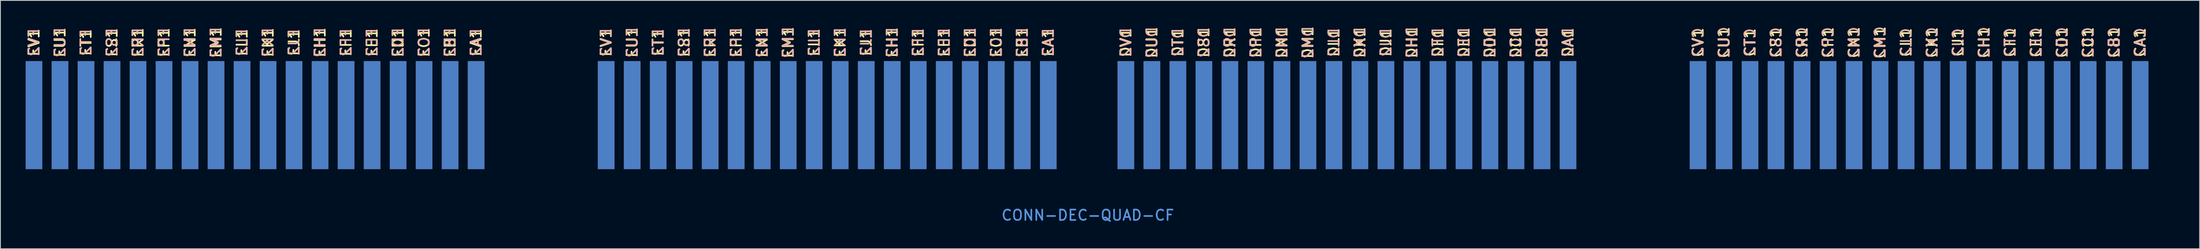
<source format=kicad_pcb>
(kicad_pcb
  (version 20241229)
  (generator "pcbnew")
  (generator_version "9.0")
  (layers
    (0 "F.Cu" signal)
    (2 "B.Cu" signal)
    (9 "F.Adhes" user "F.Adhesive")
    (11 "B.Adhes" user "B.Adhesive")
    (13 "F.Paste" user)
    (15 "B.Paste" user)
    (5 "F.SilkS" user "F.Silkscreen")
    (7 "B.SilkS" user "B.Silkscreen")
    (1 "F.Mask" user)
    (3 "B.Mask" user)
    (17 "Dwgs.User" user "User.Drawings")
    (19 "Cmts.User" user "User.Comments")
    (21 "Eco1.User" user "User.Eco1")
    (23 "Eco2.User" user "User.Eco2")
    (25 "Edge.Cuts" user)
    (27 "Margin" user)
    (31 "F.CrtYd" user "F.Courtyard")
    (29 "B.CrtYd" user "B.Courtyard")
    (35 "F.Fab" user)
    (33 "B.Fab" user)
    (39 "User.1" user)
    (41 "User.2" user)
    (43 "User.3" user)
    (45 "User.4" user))
  (footprint "CONN-DEC-QUAD-CF"
    (layer "F.Cu")
    (at 262.237 18.653)
    (property "Reference" "CONN-DEC-QUAD-CF" (at -132.486 4.623 0) (layer "Cmts.User") (effects (font (size 1.27 1.27) (thickness 0.203))))
    (attr through_hole)
    (fp_text user "FA1" (at -207.162 -16.51 90) (layer "F.SilkS") (effects (font (size 1.27 1.27) (thickness 0.203))))
    (fp_text user "CM1" (at -35.763 -16.51 90) (layer "F.SilkS") (effects (font (size 1.27 1.27) (thickness 0.203))))
    (fp_text user "CD1" (at -13.538 -16.51 90) (layer "F.SilkS") (effects (font (size 1.27 1.27) (thickness 0.203))))
    (fp_text user "CF1" (at -19.888 -16.51 90) (layer "F.SilkS") (effects (font (size 1.27 1.27) (thickness 0.203))))
    (fp_text user "FP1" (at -245.262 -16.51 90) (layer "F.SilkS") (effects (font (size 1.27 1.27) (thickness 0.203))))
    (fp_text user "CR1" (at -45.288 -16.51 90) (layer "F.SilkS") (effects (font (size 1.27 1.27) (thickness 0.203))))
    (fp_text user "DV1" (at -127.838 -16.51 90) (layer "F.SilkS") (effects (font (size 1.27 1.27) (thickness 0.203))))
    (fp_text user "FS1" (at -251.612 -16.51 90) (layer "F.SilkS") (effects (font (size 1.27 1.27) (thickness 0.203))))
    (fp_text user "DL1" (at -102.438 -16.51 90) (layer "F.SilkS") (effects (font (size 1.27 1.27) (thickness 0.203))))
    (fp_text user "EF1" (at -153.187 -16.51 90) (layer "F.SilkS") (effects (font (size 1.27 1.27) (thickness 0.203))))
    (fp_text user "ES1" (at -181.762 -16.51 90) (layer "F.SilkS") (effects (font (size 1.27 1.27) (thickness 0.203))))
    (fp_text user "FT1" (at -254.787 -16.51 90) (layer "F.SilkS") (effects (font (size 1.27 1.27) (thickness 0.203))))
    (fp_text user "DA1" (at -73.863 -16.51 90) (layer "F.SilkS") (effects (font (size 1.27 1.27) (thickness 0.203))))
    (fp_text user "CL1" (at -32.588 -16.51 90) (layer "F.SilkS") (effects (font (size 1.27 1.27) (thickness 0.203))))
    (fp_text user "EP1" (at -175.412 -16.51 90) (layer "F.SilkS") (effects (font (size 1.27 1.27) (thickness 0.203))))
    (fp_text user "CT1" (at -51.638 -16.51 90) (layer "F.SilkS") (effects (font (size 1.27 1.27) (thickness 0.203))))
    (fp_text user "DM1" (at -105.613 -16.51 90) (layer "F.SilkS") (effects (font (size 1.27 1.27) (thickness 0.203))))
    (fp_text user "FK1" (at -232.562 -16.51 90) (layer "F.SilkS") (effects (font (size 1.27 1.27) (thickness 0.203))))
    (fp_text user "EK1" (at -162.712 -16.51 90) (layer "F.SilkS") (effects (font (size 1.27 1.27) (thickness 0.203))))
    (fp_text user "DK1" (at -99.263 -16.51 90) (layer "F.SilkS") (effects (font (size 1.27 1.27) (thickness 0.203))))
    (fp_text user "FC1" (at -213.512 -16.51 90) (layer "F.SilkS") (effects (font (size 1.27 1.27) (thickness 0.203))))
    (fp_text user "CU1" (at -54.813 -16.51 90) (layer "F.SilkS") (effects (font (size 1.27 1.27) (thickness 0.203))))
    (fp_text user "DT1" (at -121.488 -16.51 90) (layer "F.SilkS") (effects (font (size 1.27 1.27) (thickness 0.203))))
    (fp_text user "EJ1" (at -159.537 -16.51 90) (layer "F.SilkS") (effects (font (size 1.27 1.27) (thickness 0.203))))
    (fp_text user "FV1" (at -261.137 -16.51 90) (layer "F.SilkS") (effects (font (size 1.27 1.27) (thickness 0.203))))
    (fp_text user "EU1" (at -188.112 -16.51 90) (layer "F.SilkS") (effects (font (size 1.27 1.27) (thickness 0.203))))
    (fp_text user "DR1" (at -115.138 -16.51 90) (layer "F.SilkS") (effects (font (size 1.27 1.27) (thickness 0.203))))
    (fp_text user "EE1" (at -150.012 -16.51 90) (layer "F.SilkS") (effects (font (size 1.27 1.27) (thickness 0.203))))
    (fp_text user "EM1" (at -169.062 -16.51 90) (layer "F.SilkS") (effects (font (size 1.27 1.27) (thickness 0.203))))
    (fp_text user "CN1" (at -38.938 -16.51 90) (layer "F.SilkS") (effects (font (size 1.27 1.27) (thickness 0.203))))
    (fp_text user "EL1" (at -165.887 -16.51 90) (layer "F.SilkS") (effects (font (size 1.27 1.27) (thickness 0.203))))
    (fp_text user "DH1" (at -92.913 -16.51 90) (layer "F.SilkS") (effects (font (size 1.27 1.27) (thickness 0.203))))
    (fp_text user "CV1" (at -57.988 -16.51 90) (layer "F.SilkS") (effects (font (size 1.27 1.27) (thickness 0.203))))
    (fp_text user "EA1" (at -137.312 -16.51 90) (layer "F.SilkS") (effects (font (size 1.27 1.27) (thickness 0.203))))
    (fp_text user "DB1" (at -77.038 -16.51 90) (layer "F.SilkS") (effects (font (size 1.27 1.27) (thickness 0.203))))
    (fp_text user "DN1" (at -108.788 -16.51 90) (layer "F.SilkS") (effects (font (size 1.27 1.27) (thickness 0.203))))
    (fp_text user "EN1" (at -172.237 -16.51 90) (layer "F.SilkS") (effects (font (size 1.27 1.27) (thickness 0.203))))
    (fp_text user "CS1" (at -48.463 -16.51 90) (layer "F.SilkS") (effects (font (size 1.27 1.27) (thickness 0.203))))
    (fp_text user "FF1" (at -223.037 -16.51 90) (layer "F.SilkS") (effects (font (size 1.27 1.27) (thickness 0.203))))
    (fp_text user "DJ1" (at -96.088 -16.51 90) (layer "F.SilkS") (effects (font (size 1.27 1.27) (thickness 0.203))))
    (fp_text user "FR1" (at -248.437 -16.51 90) (layer "F.SilkS") (effects (font (size 1.27 1.27) (thickness 0.203))))
    (fp_text user "FL1" (at -235.737 -16.51 90) (layer "F.SilkS") (effects (font (size 1.27 1.27) (thickness 0.203))))
    (fp_text user "DP1" (at -111.963 -16.51 90) (layer "F.SilkS") (effects (font (size 1.27 1.27) (thickness 0.203))))
    (fp_text user "CH1" (at -23.063 -16.51 90) (layer "F.SilkS") (effects (font (size 1.27 1.27) (thickness 0.203))))
    (fp_text user "CB1" (at -7.188 -16.51 90) (layer "F.SilkS") (effects (font (size 1.27 1.27) (thickness 0.203))))
    (fp_text user "EC1" (at -143.662 -16.51 90) (layer "F.SilkS") (effects (font (size 1.27 1.27) (thickness 0.203))))
    (fp_text user "ED1" (at -146.837 -16.51 90) (layer "F.SilkS") (effects (font (size 1.27 1.27) (thickness 0.203))))
    (fp_text user "FN1" (at -242.087 -16.51 90) (layer "F.SilkS") (effects (font (size 1.27 1.27) (thickness 0.203))))
    (fp_text user "CP1" (at -42.113 -16.51 90) (layer "F.SilkS") (effects (font (size 1.27 1.27) (thickness 0.203))))
    (fp_text user "CC1" (at -10.363 -16.51 90) (layer "F.SilkS") (effects (font (size 1.27 1.27) (thickness 0.203))))
    (fp_text user "FU1" (at -257.962 -16.51 90) (layer "F.SilkS") (effects (font (size 1.27 1.27) (thickness 0.203))))
    (fp_text user "FE1" (at -219.862 -16.51 90) (layer "F.SilkS") (effects (font (size 1.27 1.27) (thickness 0.203))))
    (fp_text user "FB1" (at -210.337 -16.51 90) (layer "F.SilkS") (effects (font (size 1.27 1.27) (thickness 0.203))))
    (fp_text user "ET1" (at -184.937 -16.51 90) (layer "F.SilkS") (effects (font (size 1.27 1.27) (thickness 0.203))))
    (fp_text user "EV1" (at -191.287 -16.51 90) (layer "F.SilkS") (effects (font (size 1.27 1.27) (thickness 0.203))))
    (fp_text user "CA1" (at -4.013 -16.51 90) (layer "F.SilkS") (effects (font (size 1.27 1.27) (thickness 0.203))))
    (fp_text user "CJ1" (at -26.238 -16.51 90) (layer "F.SilkS") (effects (font (size 1.27 1.27) (thickness 0.203))))
    (fp_text user "FJ1" (at -229.387 -16.51 90) (layer "F.SilkS") (effects (font (size 1.27 1.27) (thickness 0.203))))
    (fp_text user "DF1" (at -89.738 -16.51 90) (layer "F.SilkS") (effects (font (size 1.27 1.27) (thickness 0.203))))
    (fp_text user "ER1" (at -178.587 -16.51 90) (layer "F.SilkS") (effects (font (size 1.27 1.27) (thickness 0.203))))
    (fp_text user "DC1" (at -80.213 -16.51 90) (layer "F.SilkS") (effects (font (size 1.27 1.27) (thickness 0.203))))
    (fp_text user "EB1" (at -140.487 -16.51 90) (layer "F.SilkS") (effects (font (size 1.27 1.27) (thickness 0.203))))
    (fp_text user "DU1" (at -124.663 -16.51 90) (layer "F.SilkS") (effects (font (size 1.27 1.27) (thickness 0.203))))
    (fp_text user "FD1" (at -216.687 -16.51 90) (layer "F.SilkS") (effects (font (size 1.27 1.27) (thickness 0.203))))
    (fp_text user "DS1" (at -118.313 -16.51 90) (layer "F.SilkS") (effects (font (size 1.27 1.27) (thickness 0.203))))
    (fp_text user "DD1" (at -83.388 -16.51 90) (layer "F.SilkS") (effects (font (size 1.27 1.27) (thickness 0.203))))
    (fp_text user "FH1" (at -226.212 -16.51 90) (layer "F.SilkS") (effects (font (size 1.27 1.27) (thickness 0.203))))
    (fp_text user "CE1" (at -16.713 -16.51 90) (layer "F.SilkS") (effects (font (size 1.27 1.27) (thickness 0.203))))
    (fp_text user "DE1" (at -86.563 -16.51 90) (layer "F.SilkS") (effects (font (size 1.27 1.27) (thickness 0.203))))
    (fp_text user "CK1" (at -29.413 -16.51 90) (layer "F.SilkS") (effects (font (size 1.27 1.27) (thickness 0.203))))
    (fp_text user "FM1" (at -238.912 -16.51 90) (layer "F.SilkS") (effects (font (size 1.27 1.27) (thickness 0.203))))
    (fp_text user "EH1" (at -156.362 -16.51 90) (layer "F.SilkS") (effects (font (size 1.27 1.27) (thickness 0.203))))
    (fp_text user "EA2" (at -137.312 -16.51 90) (layer "B.SilkS") (effects (font (size 1.27 1.27) (thickness 0.203)) (justify mirror)))
    (fp_text user "DK2" (at -99.263 -16.51 90) (layer "B.SilkS") (effects (font (size 1.27 1.27) (thickness 0.203)) (justify mirror)))
    (fp_text user "FS2" (at -251.612 -16.51 90) (layer "B.SilkS") (effects (font (size 1.27 1.27) (thickness 0.203)) (justify mirror)))
    (fp_text user "EE2" (at -150.012 -16.51 90) (layer "B.SilkS") (effects (font (size 1.27 1.27) (thickness 0.203)) (justify mirror)))
    (fp_text user "CN2" (at -38.938 -16.51 90) (layer "B.SilkS") (effects (font (size 1.27 1.27) (thickness 0.203)) (justify mirror)))
    (fp_text user "EV2" (at -191.287 -16.51 90) (layer "B.SilkS") (effects (font (size 1.27 1.27) (thickness 0.203)) (justify mirror)))
    (fp_text user "EJ2" (at -159.537 -16.51 90) (layer "B.SilkS") (effects (font (size 1.27 1.27) (thickness 0.203)) (justify mirror)))
    (fp_text user "ED2" (at -146.837 -16.51 90) (layer "B.SilkS") (effects (font (size 1.27 1.27) (thickness 0.203)) (justify mirror)))
    (fp_text user "EU2" (at -188.112 -16.51 90) (layer "B.SilkS") (effects (font (size 1.27 1.27) (thickness 0.203)) (justify mirror)))
    (fp_text user "FT2" (at -254.787 -16.51 90) (layer "B.SilkS") (effects (font (size 1.27 1.27) (thickness 0.203)) (justify mirror)))
    (fp_text user "FN2" (at -242.087 -16.51 90) (layer "B.SilkS") (effects (font (size 1.27 1.27) (thickness 0.203)) (justify mirror)))
    (fp_text user "CM2" (at -35.763 -16.51 90) (layer "B.SilkS") (effects (font (size 1.27 1.27) (thickness 0.203)) (justify mirror)))
    (fp_text user "DE2" (at -86.563 -16.51 90) (layer "B.SilkS") (effects (font (size 1.27 1.27) (thickness 0.203)) (justify mirror)))
    (fp_text user "FP2" (at -245.262 -16.51 90) (layer "B.SilkS") (effects (font (size 1.27 1.27) (thickness 0.203)) (justify mirror)))
    (fp_text user "DN2" (at -108.788 -16.51 90) (layer "B.SilkS") (effects (font (size 1.27 1.27) (thickness 0.203)) (justify mirror)))
    (fp_text user "FR2" (at -248.437 -16.51 90) (layer "B.SilkS") (effects (font (size 1.27 1.27) (thickness 0.203)) (justify mirror)))
    (fp_text user "CB2" (at -7.188 -16.51 90) (layer "B.SilkS") (effects (font (size 1.27 1.27) (thickness 0.203)) (justify mirror)))
    (fp_text user "FJ2" (at -229.387 -16.51 90) (layer "B.SilkS") (effects (font (size 1.27 1.27) (thickness 0.203)) (justify mirror)))
    (fp_text user "CE2" (at -16.713 -16.51 90) (layer "B.SilkS") (effects (font (size 1.27 1.27) (thickness 0.203)) (justify mirror)))
    (fp_text user "EM2" (at -169.062 -16.51 90) (layer "B.SilkS") (effects (font (size 1.27 1.27) (thickness 0.203)) (justify mirror)))
    (fp_text user "EP2" (at -175.412 -16.51 90) (layer "B.SilkS") (effects (font (size 1.27 1.27) (thickness 0.203)) (justify mirror)))
    (fp_text user "EH2" (at -156.362 -16.51 90) (layer "B.SilkS") (effects (font (size 1.27 1.27) (thickness 0.203)) (justify mirror)))
    (fp_text user "FL2" (at -235.737 -16.51 90) (layer "B.SilkS") (effects (font (size 1.27 1.27) (thickness 0.203)) (justify mirror)))
    (fp_text user "EL2" (at -165.887 -16.51 90) (layer "B.SilkS") (effects (font (size 1.27 1.27) (thickness 0.203)) (justify mirror)))
    (fp_text user "DT2" (at -121.488 -16.51 90) (layer "B.SilkS") (effects (font (size 1.27 1.27) (thickness 0.203)) (justify mirror)))
    (fp_text user "FH2" (at -226.212 -16.51 90) (layer "B.SilkS") (effects (font (size 1.27 1.27) (thickness 0.203)) (justify mirror)))
    (fp_text user "DS2" (at -118.313 -16.51 90) (layer "B.SilkS") (effects (font (size 1.27 1.27) (thickness 0.203)) (justify mirror)))
    (fp_text user "DP2" (at -111.963 -16.51 90) (layer "B.SilkS") (effects (font (size 1.27 1.27) (thickness 0.203)) (justify mirror)))
    (fp_text user "CP2" (at -42.113 -16.51 90) (layer "B.SilkS") (effects (font (size 1.27 1.27) (thickness 0.203)) (justify mirror)))
    (fp_text user "EK2" (at -162.712 -16.51 90) (layer "B.SilkS") (effects (font (size 1.27 1.27) (thickness 0.203)) (justify mirror)))
    (fp_text user "CF2" (at -19.888 -16.51 90) (layer "B.SilkS") (effects (font (size 1.27 1.27) (thickness 0.203)) (justify mirror)))
    (fp_text user "CV2" (at -57.988 -16.51 90) (layer "B.SilkS") (effects (font (size 1.27 1.27) (thickness 0.203)) (justify mirror)))
    (fp_text user "FE2" (at -219.862 -16.51 90) (layer "B.SilkS") (effects (font (size 1.27 1.27) (thickness 0.203)) (justify mirror)))
    (fp_text user "DV2" (at -127.838 -16.51 90) (layer "B.SilkS") (effects (font (size 1.27 1.27) (thickness 0.203)) (justify mirror)))
    (fp_text user "EB2" (at -140.487 -16.51 90) (layer "B.SilkS") (effects (font (size 1.27 1.27) (thickness 0.203)) (justify mirror)))
    (fp_text user "FM2" (at -238.912 -16.51 90) (layer "B.SilkS") (effects (font (size 1.27 1.27) (thickness 0.203)) (justify mirror)))
    (fp_text user "FB2" (at -210.337 -16.51 90) (layer "B.SilkS") (effects (font (size 1.27 1.27) (thickness 0.203)) (justify mirror)))
    (fp_text user "DL2" (at -102.438 -16.51 90) (layer "B.SilkS") (effects (font (size 1.27 1.27) (thickness 0.203)) (justify mirror)))
    (fp_text user "CL2" (at -32.588 -16.51 90) (layer "B.SilkS") (effects (font (size 1.27 1.27) (thickness 0.203)) (justify mirror)))
    (fp_text user "ET2" (at -184.937 -16.51 90) (layer "B.SilkS") (effects (font (size 1.27 1.27) (thickness 0.203)) (justify mirror)))
    (fp_text user "DJ2" (at -96.088 -16.51 90) (layer "B.SilkS") (effects (font (size 1.27 1.27) (thickness 0.203)) (justify mirror)))
    (fp_text user "CU2" (at -54.813 -16.51 90) (layer "B.SilkS") (effects (font (size 1.27 1.27) (thickness 0.203)) (justify mirror)))
    (fp_text user "DR2" (at -115.138 -16.51 90) (layer "B.SilkS") (effects (font (size 1.27 1.27) (thickness 0.203)) (justify mirror)))
    (fp_text user "CR2" (at -45.288 -16.51 90) (layer "B.SilkS") (effects (font (size 1.27 1.27) (thickness 0.203)) (justify mirror)))
    (fp_text user "CJ2" (at -26.238 -16.51 90) (layer "B.SilkS") (effects (font (size 1.27 1.27) (thickness 0.203)) (justify mirror)))
    (fp_text user "CC2" (at -10.363 -16.51 90) (layer "B.SilkS") (effects (font (size 1.27 1.27) (thickness 0.203)) (justify mirror)))
    (fp_text user "CH2" (at -23.063 -16.51 90) (layer "B.SilkS") (effects (font (size 1.27 1.27) (thickness 0.203)) (justify mirror)))
    (fp_text user "EF2" (at -153.187 -16.51 90) (layer "B.SilkS") (effects (font (size 1.27 1.27) (thickness 0.203)) (justify mirror)))
    (fp_text user "CT2" (at -51.638 -16.51 90) (layer "B.SilkS") (effects (font (size 1.27 1.27) (thickness 0.203)) (justify mirror)))
    (fp_text user "DF2" (at -89.738 -16.51 90) (layer "B.SilkS") (effects (font (size 1.27 1.27) (thickness 0.203)) (justify mirror)))
    (fp_text user "DH2" (at -92.913 -16.51 90) (layer "B.SilkS") (effects (font (size 1.27 1.27) (thickness 0.203)) (justify mirror)))
    (fp_text user "CD2" (at -13.538 -16.51 90) (layer "B.SilkS") (effects (font (size 1.27 1.27) (thickness 0.203)) (justify mirror)))
    (fp_text user "FK2" (at -232.562 -16.51 90) (layer "B.SilkS") (effects (font (size 1.27 1.27) (thickness 0.203)) (justify mirror)))
    (fp_text user "CA2" (at -4.013 -16.51 90) (layer "B.SilkS") (effects (font (size 1.27 1.27) (thickness 0.203)) (justify mirror)))
    (fp_text user "ER2" (at -178.587 -16.51 90) (layer "B.SilkS") (effects (font (size 1.27 1.27) (thickness 0.203)) (justify mirror)))
    (fp_text user "EC2" (at -143.662 -16.51 90) (layer "B.SilkS") (effects (font (size 1.27 1.27) (thickness 0.203)) (justify mirror)))
    (fp_text user "DD2" (at -83.388 -16.51 90) (layer "B.SilkS") (effects (font (size 1.27 1.27) (thickness 0.203)) (justify mirror)))
    (fp_text user "EN2" (at -172.237 -16.51 90) (layer "B.SilkS") (effects (font (size 1.27 1.27) (thickness 0.203)) (justify mirror)))
    (fp_text user "DU2" (at -124.663 -16.51 90) (layer "B.SilkS") (effects (font (size 1.27 1.27) (thickness 0.203)) (justify mirror)))
    (fp_text user "CS2" (at -48.463 -16.51 90) (layer "B.SilkS") (effects (font (size 1.27 1.27) (thickness 0.203)) (justify mirror)))
    (fp_text user "DA2" (at -73.863 -16.51 90) (layer "B.SilkS") (effects (font (size 1.27 1.27) (thickness 0.203)) (justify mirror)))
    (fp_text user "CK2" (at -29.413 -16.51 90) (layer "B.SilkS") (effects (font (size 1.27 1.27) (thickness 0.203)) (justify mirror)))
    (fp_text user "FC2" (at -213.512 -16.51 90) (layer "B.SilkS") (effects (font (size 1.27 1.27) (thickness 0.203)) (justify mirror)))
    (fp_text user "ES2" (at -181.762 -16.51 90) (layer "B.SilkS") (effects (font (size 1.27 1.27) (thickness 0.203)) (justify mirror)))
    (fp_text user "DB2" (at -77.038 -16.51 90) (layer "B.SilkS") (effects (font (size 1.27 1.27) (thickness 0.203)) (justify mirror)))
    (fp_text user "FV2" (at -261.137 -16.51 90) (layer "B.SilkS") (effects (font (size 1.27 1.27) (thickness 0.203)) (justify mirror)))
    (fp_text user "DM2" (at -105.613 -16.51 90) (layer "B.SilkS") (effects (font (size 1.27 1.27) (thickness 0.203)) (justify mirror)))
    (fp_text user "FF2" (at -223.037 -16.51 90) (layer "B.SilkS") (effects (font (size 1.27 1.27) (thickness 0.203)) (justify mirror)))
    (fp_text user "FA2" (at -207.162 -16.51 90) (layer "B.SilkS") (effects (font (size 1.27 1.27) (thickness 0.203)) (justify mirror)))
    (fp_text user "FU2" (at -257.962 -16.51 90) (layer "B.SilkS") (effects (font (size 1.27 1.27) (thickness 0.203)) (justify mirror)))
    (fp_text user "FD2" (at -216.687 -16.51 90) (layer "B.SilkS") (effects (font (size 1.27 1.27) (thickness 0.203)) (justify mirror)))
    (fp_text user "DC2" (at -80.213 -16.51 90) (layer "B.SilkS") (effects (font (size 1.27 1.27) (thickness 0.203)) (justify mirror)))
    (pad "CA1" connect rect (at -4.013 -13.462) (size 2.032 13.208) (drill (offset 0 5.842)) (layers "F.Cu" "F.Mask"))
    (pad "CA2" connect rect (at -4.013 -13.462) (size 2.032 13.208) (drill (offset 0 5.842)) (layers "B.Cu" "B.Mask"))
    (pad "CB1" connect rect (at -7.188 -13.462) (size 2.032 13.208) (drill (offset 0 5.842)) (layers "F.Cu" "F.Mask"))
    (pad "CB2" connect rect (at -7.188 -13.462) (size 2.032 13.208) (drill (offset 0 5.842)) (layers "B.Cu" "B.Mask"))
    (pad "CC1" connect rect (at -10.363 -13.462) (size 2.032 13.208) (drill (offset 0 5.842)) (layers "F.Cu" "F.Mask"))
    (pad "CC2" connect rect (at -10.363 -13.462) (size 2.032 13.208) (drill (offset 0 5.842)) (layers "B.Cu" "B.Mask"))
    (pad "CD1" connect rect (at -13.538 -13.462) (size 2.032 13.208) (drill (offset 0 5.842)) (layers "F.Cu" "F.Mask"))
    (pad "CD2" connect rect (at -13.538 -13.462) (size 2.032 13.208) (drill (offset 0 5.842)) (layers "B.Cu" "B.Mask"))
    (pad "CE1" connect rect (at -16.713 -13.462) (size 2.032 13.208) (drill (offset 0 5.842)) (layers "F.Cu" "F.Mask"))
    (pad "CE2" connect rect (at -16.713 -13.462) (size 2.032 13.208) (drill (offset 0 5.842)) (layers "B.Cu" "B.Mask"))
    (pad "CF1" connect rect (at -19.888 -13.462) (size 2.032 13.208) (drill (offset 0 5.842)) (layers "F.Cu" "F.Mask"))
    (pad "CF2" connect rect (at -19.888 -13.462) (size 2.032 13.208) (drill (offset 0 5.842)) (layers "B.Cu" "B.Mask"))
    (pad "CH1" connect rect (at -23.063 -13.462) (size 2.032 13.208) (drill (offset 0 5.842)) (layers "F.Cu" "F.Mask"))
    (pad "CH2" connect rect (at -23.063 -13.462) (size 2.032 13.208) (drill (offset 0 5.842)) (layers "B.Cu" "B.Mask"))
    (pad "CJ1" connect rect (at -26.238 -13.462) (size 2.032 13.208) (drill (offset 0 5.842)) (layers "F.Cu" "F.Mask"))
    (pad "CJ2" connect rect (at -26.238 -13.462) (size 2.032 13.208) (drill (offset 0 5.842)) (layers "B.Cu" "B.Mask"))
    (pad "CK1" connect rect (at -29.413 -13.462) (size 2.032 13.208) (drill (offset 0 5.842)) (layers "F.Cu" "F.Mask"))
    (pad "CK2" connect rect (at -29.413 -13.462) (size 2.032 13.208) (drill (offset 0 5.842)) (layers "B.Cu" "B.Mask"))
    (pad "CL1" connect rect (at -32.588 -13.462) (size 2.032 13.208) (drill (offset 0 5.842)) (layers "F.Cu" "F.Mask"))
    (pad "CL2" connect rect (at -32.588 -13.462) (size 2.032 13.208) (drill (offset 0 5.842)) (layers "B.Cu" "B.Mask"))
    (pad "CM1" connect rect (at -35.763 -13.462) (size 2.032 13.208) (drill (offset 0 5.842)) (layers "F.Cu" "F.Mask"))
    (pad "CM2" connect rect (at -35.763 -13.462) (size 2.032 13.208) (drill (offset 0 5.842)) (layers "B.Cu" "B.Mask"))
    (pad "CN1" connect rect (at -38.938 -13.462) (size 2.032 13.208) (drill (offset 0 5.842)) (layers "F.Cu" "F.Mask"))
    (pad "CN2" connect rect (at -38.938 -13.462) (size 2.032 13.208) (drill (offset 0 5.842)) (layers "B.Cu" "B.Mask"))
    (pad "CP1" connect rect (at -42.113 -13.462) (size 2.032 13.208) (drill (offset 0 5.842)) (layers "F.Cu" "F.Mask"))
    (pad "CP2" connect rect (at -42.113 -13.462) (size 2.032 13.208) (drill (offset 0 5.842)) (layers "B.Cu" "B.Mask"))
    (pad "CR1" connect rect (at -45.288 -13.462) (size 2.032 13.208) (drill (offset 0 5.842)) (layers "F.Cu" "F.Mask"))
    (pad "CR2" connect rect (at -45.288 -13.462) (size 2.032 13.208) (drill (offset 0 5.842)) (layers "B.Cu" "B.Mask"))
    (pad "CS1" connect rect (at -48.463 -13.462) (size 2.032 13.208) (drill (offset 0 5.842)) (layers "F.Cu" "F.Mask"))
    (pad "CS2" connect rect (at -48.463 -13.462) (size 2.032 13.208) (drill (offset 0 5.842)) (layers "B.Cu" "B.Mask"))
    (pad "CT1" connect rect (at -51.638 -13.462) (size 2.032 13.208) (drill (offset 0 5.842)) (layers "F.Cu" "F.Mask"))
    (pad "CT2" connect rect (at -51.638 -13.462) (size 2.032 13.208) (drill (offset 0 5.842)) (layers "B.Cu" "B.Mask"))
    (pad "CU1" connect rect (at -54.813 -13.462) (size 2.032 13.208) (drill (offset 0 5.842)) (layers "F.Cu" "F.Mask"))
    (pad "CU2" connect rect (at -54.813 -13.462) (size 2.032 13.208) (drill (offset 0 5.842)) (layers "B.Cu" "B.Mask"))
    (pad "CV1" connect rect (at -57.988 -13.462) (size 2.032 13.208) (drill (offset 0 5.842)) (layers "F.Cu" "F.Mask"))
    (pad "CV2" connect rect (at -57.988 -13.462) (size 2.032 13.208) (drill (offset 0 5.842)) (layers "B.Cu" "B.Mask"))
    (pad "DA1" connect rect (at -73.863 -13.462) (size 2.032 13.208) (drill (offset 0 5.842)) (layers "F.Cu" "F.Mask"))
    (pad "DA2" connect rect (at -73.863 -13.462) (size 2.032 13.208) (drill (offset 0 5.842)) (layers "B.Cu" "B.Mask"))
    (pad "DB1" connect rect (at -77.038 -13.462) (size 2.032 13.208) (drill (offset 0 5.842)) (layers "F.Cu" "F.Mask"))
    (pad "DB2" connect rect (at -77.038 -13.462) (size 2.032 13.208) (drill (offset 0 5.842)) (layers "B.Cu" "B.Mask"))
    (pad "DC1" connect rect (at -80.213 -13.462) (size 2.032 13.208) (drill (offset 0 5.842)) (layers "F.Cu" "F.Mask"))
    (pad "DC2" connect rect (at -80.213 -13.462) (size 2.032 13.208) (drill (offset 0 5.842)) (layers "B.Cu" "B.Mask"))
    (pad "DD1" connect rect (at -83.388 -13.462) (size 2.032 13.208) (drill (offset 0 5.842)) (layers "F.Cu" "F.Mask"))
    (pad "DD2" connect rect (at -83.388 -13.462) (size 2.032 13.208) (drill (offset 0 5.842)) (layers "B.Cu" "B.Mask"))
    (pad "DE1" connect rect (at -86.563 -13.462) (size 2.032 13.208) (drill (offset 0 5.842)) (layers "F.Cu" "F.Mask"))
    (pad "DE2" connect rect (at -86.563 -13.462) (size 2.032 13.208) (drill (offset 0 5.842)) (layers "B.Cu" "B.Mask"))
    (pad "DF1" connect rect (at -89.738 -13.462) (size 2.032 13.208) (drill (offset 0 5.842)) (layers "F.Cu" "F.Mask"))
    (pad "DF2" connect rect (at -89.738 -13.462) (size 2.032 13.208) (drill (offset 0 5.842)) (layers "B.Cu" "B.Mask"))
    (pad "DH1" connect rect (at -92.913 -13.462) (size 2.032 13.208) (drill (offset 0 5.842)) (layers "F.Cu" "F.Mask"))
    (pad "DH2" connect rect (at -92.913 -13.462) (size 2.032 13.208) (drill (offset 0 5.842)) (layers "B.Cu" "B.Mask"))
    (pad "DJ1" connect rect (at -96.088 -13.462) (size 2.032 13.208) (drill (offset 0 5.842)) (layers "F.Cu" "F.Mask"))
    (pad "DJ2" connect rect (at -96.088 -13.462) (size 2.032 13.208) (drill (offset 0 5.842)) (layers "B.Cu" "B.Mask"))
    (pad "DK1" connect rect (at -99.263 -13.462) (size 2.032 13.208) (drill (offset 0 5.842)) (layers "F.Cu" "F.Mask"))
    (pad "DK2" connect rect (at -99.263 -13.462) (size 2.032 13.208) (drill (offset 0 5.842)) (layers "B.Cu" "B.Mask"))
    (pad "DL1" connect rect (at -102.438 -13.462) (size 2.032 13.208) (drill (offset 0 5.842)) (layers "F.Cu" "F.Mask"))
    (pad "DL2" connect rect (at -102.438 -13.462) (size 2.032 13.208) (drill (offset 0 5.842)) (layers "B.Cu" "B.Mask"))
    (pad "DM1" connect rect (at -105.613 -13.462) (size 2.032 13.208) (drill (offset 0 5.842)) (layers "F.Cu" "F.Mask"))
    (pad "DM2" connect rect (at -105.613 -13.462) (size 2.032 13.208) (drill (offset 0 5.842)) (layers "B.Cu" "B.Mask"))
    (pad "DN1" connect rect (at -108.788 -13.462) (size 2.032 13.208) (drill (offset 0 5.842)) (layers "F.Cu" "F.Mask"))
    (pad "DN2" connect rect (at -108.788 -13.462) (size 2.032 13.208) (drill (offset 0 5.842)) (layers "B.Cu" "B.Mask"))
    (pad "DP1" connect rect (at -111.963 -13.462) (size 2.032 13.208) (drill (offset 0 5.842)) (layers "F.Cu" "F.Mask"))
    (pad "DP2" connect rect (at -111.963 -13.462) (size 2.032 13.208) (drill (offset 0 5.842)) (layers "B.Cu" "B.Mask"))
    (pad "DR1" connect rect (at -115.138 -13.462) (size 2.032 13.208) (drill (offset 0 5.842)) (layers "F.Cu" "F.Mask"))
    (pad "DR2" connect rect (at -115.138 -13.462) (size 2.032 13.208) (drill (offset 0 5.842)) (layers "B.Cu" "B.Mask"))
    (pad "DS1" connect rect (at -118.313 -13.462) (size 2.032 13.208) (drill (offset 0 5.842)) (layers "F.Cu" "F.Mask"))
    (pad "DS2" connect rect (at -118.313 -13.462) (size 2.032 13.208) (drill (offset 0 5.842)) (layers "B.Cu" "B.Mask"))
    (pad "DT1" connect rect (at -121.488 -13.462) (size 2.032 13.208) (drill (offset 0 5.842)) (layers "F.Cu" "F.Mask"))
    (pad "DT2" connect rect (at -121.488 -13.462) (size 2.032 13.208) (drill (offset 0 5.842)) (layers "B.Cu" "B.Mask"))
    (pad "DU1" connect rect (at -124.663 -13.462) (size 2.032 13.208) (drill (offset 0 5.842)) (layers "F.Cu" "F.Mask"))
    (pad "DU2" connect rect (at -124.663 -13.462) (size 2.032 13.208) (drill (offset 0 5.842)) (layers "B.Cu" "B.Mask"))
    (pad "DV1" connect rect (at -127.838 -13.462) (size 2.032 13.208) (drill (offset 0 5.842)) (layers "F.Cu" "F.Mask"))
    (pad "DV2" connect rect (at -127.838 -13.462) (size 2.032 13.208) (drill (offset 0 5.842)) (layers "B.Cu" "B.Mask"))
    (pad "EA1" connect rect (at -137.312 -13.462) (size 2.032 13.208) (drill (offset 0 5.842)) (layers "F.Cu" "F.Mask"))
    (pad "EA2" connect rect (at -137.312 -13.462) (size 2.032 13.208) (drill (offset 0 5.842)) (layers "B.Cu" "B.Mask"))
    (pad "EB1" connect rect (at -140.487 -13.462) (size 2.032 13.208) (drill (offset 0 5.842)) (layers "F.Cu" "F.Mask"))
    (pad "EB2" connect rect (at -140.487 -13.462) (size 2.032 13.208) (drill (offset 0 5.842)) (layers "B.Cu" "B.Mask"))
    (pad "EC1" connect rect (at -143.662 -13.462) (size 2.032 13.208) (drill (offset 0 5.842)) (layers "F.Cu" "F.Mask"))
    (pad "EC2" connect rect (at -143.662 -13.462) (size 2.032 13.208) (drill (offset 0 5.842)) (layers "B.Cu" "B.Mask"))
    (pad "ED1" connect rect (at -146.837 -13.462) (size 2.032 13.208) (drill (offset 0 5.842)) (layers "F.Cu" "F.Mask"))
    (pad "ED2" connect rect (at -146.837 -13.462) (size 2.032 13.208) (drill (offset 0 5.842)) (layers "B.Cu" "B.Mask"))
    (pad "EE1" connect rect (at -150.012 -13.462) (size 2.032 13.208) (drill (offset 0 5.842)) (layers "F.Cu" "F.Mask"))
    (pad "EE2" connect rect (at -150.012 -13.462) (size 2.032 13.208) (drill (offset 0 5.842)) (layers "B.Cu" "B.Mask"))
    (pad "EF1" connect rect (at -153.187 -13.462) (size 2.032 13.208) (drill (offset 0 5.842)) (layers "F.Cu" "F.Mask"))
    (pad "EF2" connect rect (at -153.187 -13.462) (size 2.032 13.208) (drill (offset 0 5.842)) (layers "B.Cu" "B.Mask"))
    (pad "EH1" connect rect (at -156.362 -13.462) (size 2.032 13.208) (drill (offset 0 5.842)) (layers "F.Cu" "F.Mask"))
    (pad "EH2" connect rect (at -156.362 -13.462) (size 2.032 13.208) (drill (offset 0 5.842)) (layers "B.Cu" "B.Mask"))
    (pad "EJ1" connect rect (at -159.537 -13.462) (size 2.032 13.208) (drill (offset 0 5.842)) (layers "F.Cu" "F.Mask"))
    (pad "EJ2" connect rect (at -159.537 -13.462) (size 2.032 13.208) (drill (offset 0 5.842)) (layers "B.Cu" "B.Mask"))
    (pad "EK1" connect rect (at -162.712 -13.462) (size 2.032 13.208) (drill (offset 0 5.842)) (layers "F.Cu" "F.Mask"))
    (pad "EK2" connect rect (at -162.712 -13.462) (size 2.032 13.208) (drill (offset 0 5.842)) (layers "B.Cu" "B.Mask"))
    (pad "EL1" connect rect (at -165.887 -13.462) (size 2.032 13.208) (drill (offset 0 5.842)) (layers "F.Cu" "F.Mask"))
    (pad "EL2" connect rect (at -165.887 -13.462) (size 2.032 13.208) (drill (offset 0 5.842)) (layers "B.Cu" "B.Mask"))
    (pad "EM1" connect rect (at -169.062 -13.462) (size 2.032 13.208) (drill (offset 0 5.842)) (layers "F.Cu" "F.Mask"))
    (pad "EM2" connect rect (at -169.062 -13.462) (size 2.032 13.208) (drill (offset 0 5.842)) (layers "B.Cu" "B.Mask"))
    (pad "EN1" connect rect (at -172.237 -13.462) (size 2.032 13.208) (drill (offset 0 5.842)) (layers "F.Cu" "F.Mask"))
    (pad "EN2" connect rect (at -172.237 -13.462) (size 2.032 13.208) (drill (offset 0 5.842)) (layers "B.Cu" "B.Mask"))
    (pad "EP1" connect rect (at -175.412 -13.462) (size 2.032 13.208) (drill (offset 0 5.842)) (layers "F.Cu" "F.Mask"))
    (pad "EP2" connect rect (at -175.412 -13.462) (size 2.032 13.208) (drill (offset 0 5.842)) (layers "B.Cu" "B.Mask"))
    (pad "ER1" connect rect (at -178.587 -13.462) (size 2.032 13.208) (drill (offset 0 5.842)) (layers "F.Cu" "F.Mask"))
    (pad "ER2" connect rect (at -178.587 -13.462) (size 2.032 13.208) (drill (offset 0 5.842)) (layers "B.Cu" "B.Mask"))
    (pad "ES1" connect rect (at -181.762 -13.462) (size 2.032 13.208) (drill (offset 0 5.842)) (layers "F.Cu" "F.Mask"))
    (pad "ES2" connect rect (at -181.762 -13.462) (size 2.032 13.208) (drill (offset 0 5.842)) (layers "B.Cu" "B.Mask"))
    (pad "ET1" connect rect (at -184.937 -13.462) (size 2.032 13.208) (drill (offset 0 5.842)) (layers "F.Cu" "F.Mask"))
    (pad "ET2" connect rect (at -184.937 -13.462) (size 2.032 13.208) (drill (offset 0 5.842)) (layers "B.Cu" "B.Mask"))
    (pad "EU1" connect rect (at -188.112 -13.462) (size 2.032 13.208) (drill (offset 0 5.842)) (layers "F.Cu" "F.Mask"))
    (pad "EU2" connect rect (at -188.112 -13.462) (size 2.032 13.208) (drill (offset 0 5.842)) (layers "B.Cu" "B.Mask"))
    (pad "EV1" connect rect (at -191.287 -13.462) (size 2.032 13.208) (drill (offset 0 5.842)) (layers "F.Cu" "F.Mask"))
    (pad "EV2" connect rect (at -191.287 -13.462) (size 2.032 13.208) (drill (offset 0 5.842)) (layers "B.Cu" "B.Mask"))
    (pad "FA1" connect rect (at -207.162 -13.462) (size 2.032 13.208) (drill (offset 0 5.842)) (layers "F.Cu" "F.Mask"))
    (pad "FA2" connect rect (at -207.162 -13.462) (size 2.032 13.208) (drill (offset 0 5.842)) (layers "B.Cu" "B.Mask"))
    (pad "FB1" connect rect (at -210.337 -13.462) (size 2.032 13.208) (drill (offset 0 5.842)) (layers "F.Cu" "F.Mask"))
    (pad "FB2" connect rect (at -210.337 -13.462) (size 2.032 13.208) (drill (offset 0 5.842)) (layers "B.Cu" "B.Mask"))
    (pad "FC1" connect rect (at -213.512 -13.462) (size 2.032 13.208) (drill (offset 0 5.842)) (layers "F.Cu" "F.Mask"))
    (pad "FC2" connect rect (at -213.512 -13.462) (size 2.032 13.208) (drill (offset 0 5.842)) (layers "B.Cu" "B.Mask"))
    (pad "FD1" connect rect (at -216.687 -13.462) (size 2.032 13.208) (drill (offset 0 5.842)) (layers "F.Cu" "F.Mask"))
    (pad "FD2" connect rect (at -216.687 -13.462) (size 2.032 13.208) (drill (offset 0 5.842)) (layers "B.Cu" "B.Mask"))
    (pad "FE1" connect rect (at -219.862 -13.462) (size 2.032 13.208) (drill (offset 0 5.842)) (layers "F.Cu" "F.Mask"))
    (pad "FE2" connect rect (at -219.862 -13.462) (size 2.032 13.208) (drill (offset 0 5.842)) (layers "B.Cu" "B.Mask"))
    (pad "FF1" connect rect (at -223.037 -13.462) (size 2.032 13.208) (drill (offset 0 5.842)) (layers "F.Cu" "F.Mask"))
    (pad "FF2" connect rect (at -223.037 -13.462) (size 2.032 13.208) (drill (offset 0 5.842)) (layers "B.Cu" "B.Mask"))
    (pad "FH1" connect rect (at -226.212 -13.462) (size 2.032 13.208) (drill (offset 0 5.842)) (layers "F.Cu" "F.Mask"))
    (pad "FH2" connect rect (at -226.212 -13.462) (size 2.032 13.208) (drill (offset 0 5.842)) (layers "B.Cu" "B.Mask"))
    (pad "FJ1" connect rect (at -229.387 -13.462) (size 2.032 13.208) (drill (offset 0 5.842)) (layers "F.Cu" "F.Mask"))
    (pad "FJ2" connect rect (at -229.387 -13.462) (size 2.032 13.208) (drill (offset 0 5.842)) (layers "B.Cu" "B.Mask"))
    (pad "FK1" connect rect (at -232.562 -13.462) (size 2.032 13.208) (drill (offset 0 5.842)) (layers "F.Cu" "F.Mask"))
    (pad "FK2" connect rect (at -232.562 -13.462) (size 2.032 13.208) (drill (offset 0 5.842)) (layers "B.Cu" "B.Mask"))
    (pad "FL1" connect rect (at -235.737 -13.462) (size 2.032 13.208) (drill (offset 0 5.842)) (layers "F.Cu" "F.Mask"))
    (pad "FL2" connect rect (at -235.737 -13.462) (size 2.032 13.208) (drill (offset 0 5.842)) (layers "B.Cu" "B.Mask"))
    (pad "FM1" connect rect (at -238.912 -13.462) (size 2.032 13.208) (drill (offset 0 5.842)) (layers "F.Cu" "F.Mask"))
    (pad "FM2" connect rect (at -238.912 -13.462) (size 2.032 13.208) (drill (offset 0 5.842)) (layers "B.Cu" "B.Mask"))
    (pad "FN1" connect rect (at -242.087 -13.462) (size 2.032 13.208) (drill (offset 0 5.842)) (layers "F.Cu" "F.Mask"))
    (pad "FN2" connect rect (at -242.087 -13.462) (size 2.032 13.208) (drill (offset 0 5.842)) (layers "B.Cu" "B.Mask"))
    (pad "FP1" connect rect (at -245.262 -13.462) (size 2.032 13.208) (drill (offset 0 5.842)) (layers "F.Cu" "F.Mask"))
    (pad "FP2" connect rect (at -245.262 -13.462) (size 2.032 13.208) (drill (offset 0 5.842)) (layers "B.Cu" "B.Mask"))
    (pad "FR1" connect rect (at -248.437 -13.462) (size 2.032 13.208) (drill (offset 0 5.842)) (layers "F.Cu" "F.Mask"))
    (pad "FR2" connect rect (at -248.437 -13.462) (size 2.032 13.208) (drill (offset 0 5.842)) (layers "B.Cu" "B.Mask"))
    (pad "FS1" connect rect (at -251.612 -13.462) (size 2.032 13.208) (drill (offset 0 5.842)) (layers "F.Cu" "F.Mask"))
    (pad "FS2" connect rect (at -251.612 -13.462) (size 2.032 13.208) (drill (offset 0 5.842)) (layers "B.Cu" "B.Mask"))
    (pad "FT1" connect rect (at -254.787 -13.462) (size 2.032 13.208) (drill (offset 0 5.842)) (layers "F.Cu" "F.Mask"))
    (pad "FT2" connect rect (at -254.787 -13.462) (size 2.032 13.208) (drill (offset 0 5.842)) (layers "B.Cu" "B.Mask"))
    (pad "FU1" connect rect (at -257.962 -13.462) (size 2.032 13.208) (drill (offset 0 5.842)) (layers "F.Cu" "F.Mask"))
    (pad "FU2" connect rect (at -257.962 -13.462) (size 2.032 13.208) (drill (offset 0 5.842)) (layers "B.Cu" "B.Mask"))
    (pad "FV1" connect rect (at -261.137 -13.462) (size 2.032 13.208) (drill (offset 0 5.842)) (layers "F.Cu" "F.Mask"))
    (pad "FV2" connect rect (at -261.137 -13.462) (size 2.032 13.208) (drill (offset 0 5.842)) (layers "B.Cu" "B.Mask")))
  (gr_rect
    (start -3 -3)
    (end 265.487 27.376)
    (stroke (width 0.1) (type default))
    (fill no)
    (layer "Edge.Cuts")))
</source>
